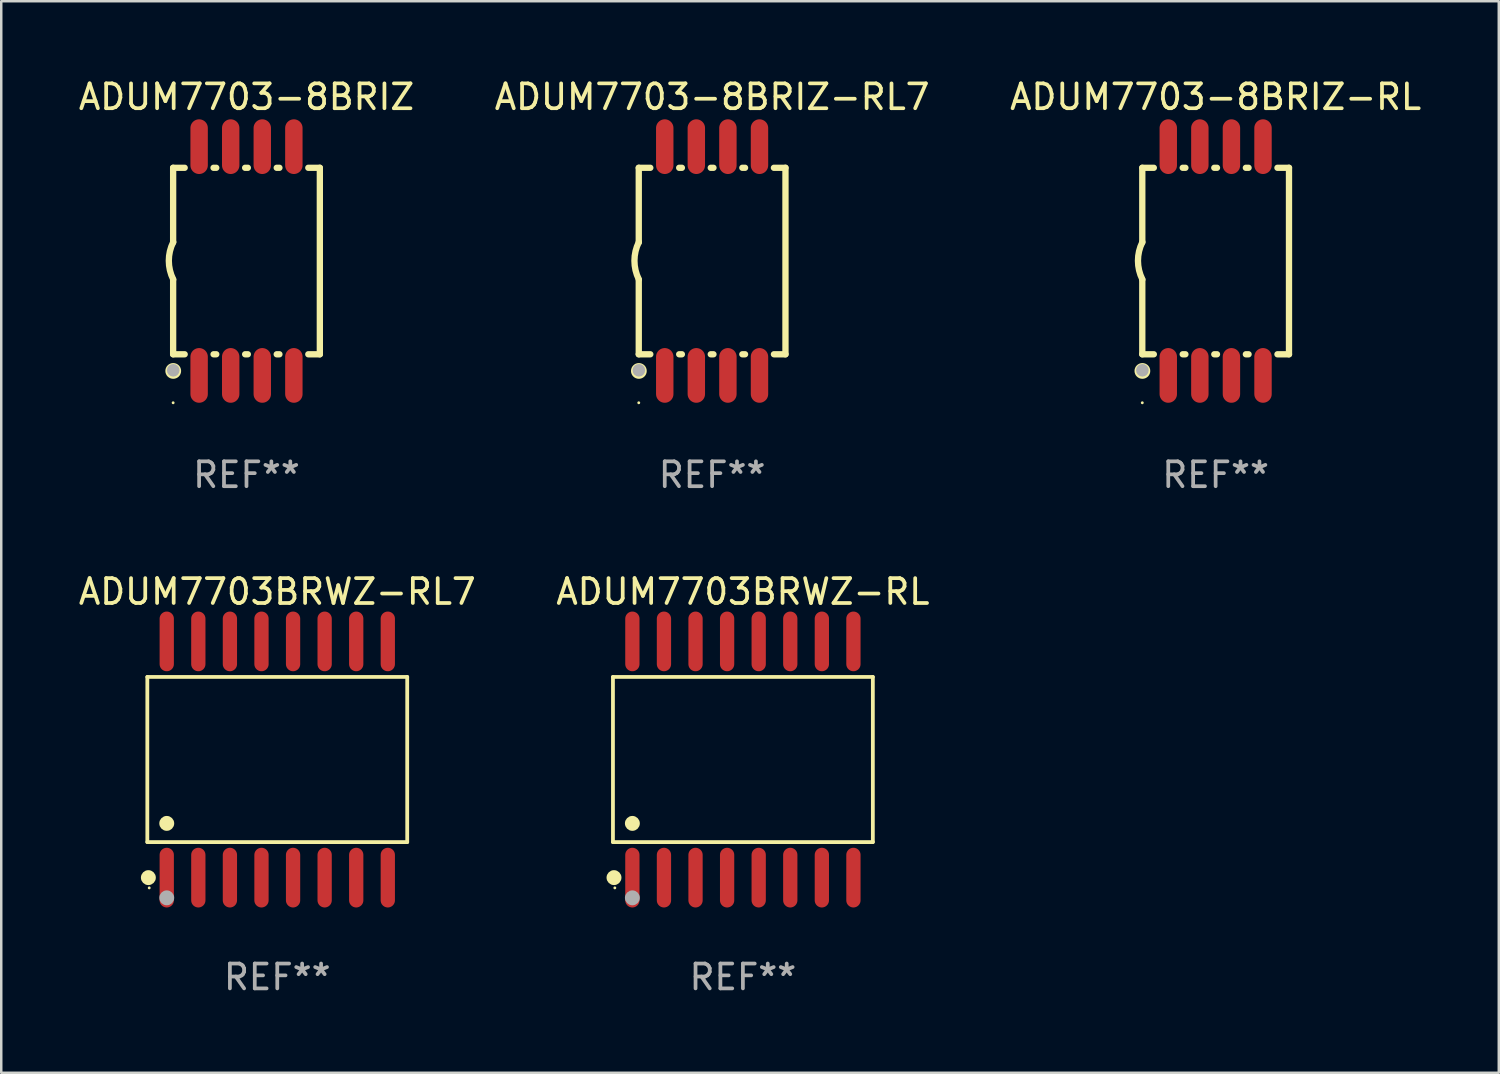
<source format=kicad_pcb>
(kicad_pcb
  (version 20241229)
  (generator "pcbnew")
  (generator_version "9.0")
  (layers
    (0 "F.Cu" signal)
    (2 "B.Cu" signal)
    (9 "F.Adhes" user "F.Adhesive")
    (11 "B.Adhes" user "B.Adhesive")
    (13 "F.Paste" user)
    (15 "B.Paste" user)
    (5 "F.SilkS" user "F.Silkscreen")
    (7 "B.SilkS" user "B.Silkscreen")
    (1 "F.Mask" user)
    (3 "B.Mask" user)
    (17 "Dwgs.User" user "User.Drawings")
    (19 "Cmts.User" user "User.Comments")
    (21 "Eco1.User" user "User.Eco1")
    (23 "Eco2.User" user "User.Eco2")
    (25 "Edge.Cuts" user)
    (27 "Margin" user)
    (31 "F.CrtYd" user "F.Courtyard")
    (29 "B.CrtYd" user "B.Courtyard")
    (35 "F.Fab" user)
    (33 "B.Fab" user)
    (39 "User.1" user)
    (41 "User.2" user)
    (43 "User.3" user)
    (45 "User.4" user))
  (footprint "ADUM7703-8BRIZ-RL7"
    (layer "F.Cu")
    (at 25.589 7.448)
    (property "Reference" "ADUM7703-8BRIZ-RL7" (at 0 -6.6 0) (layer "F.SilkS") (effects (font (size 1 1) (thickness 0.15))))
    (attr through_hole)
    (fp_line (start -2.95 -3.75) (end -2.95 -0.75) (stroke (width 0.254) (type solid)) (layer "F.SilkS"))
    (fp_line (start -2.95 -3.75) (end -2.486 -3.75) (stroke (width 0.254) (type solid)) (layer "F.SilkS"))
    (fp_line (start -2.95 3.75) (end -2.95 0.75) (stroke (width 0.254) (type solid)) (layer "F.SilkS"))
    (fp_line (start -2.95 3.75) (end -2.486 3.75) (stroke (width 0.254) (type solid)) (layer "F.SilkS"))
    (fp_line (start -1.324 3.75) (end -1.216 3.75) (stroke (width 0.254) (type solid)) (layer "F.SilkS"))
    (fp_line (start -1.324 -3.75) (end -1.216 -3.75) (stroke (width 0.254) (type solid)) (layer "F.SilkS"))
    (fp_line (start -0.054 -3.75) (end 0.054 -3.75) (stroke (width 0.254) (type solid)) (layer "F.SilkS"))
    (fp_line (start -0.054 3.75) (end 0.054 3.75) (stroke (width 0.254) (type solid)) (layer "F.SilkS"))
    (fp_line (start 1.216 3.75) (end 1.324 3.75) (stroke (width 0.254) (type solid)) (layer "F.SilkS"))
    (fp_line (start 1.216 -3.75) (end 1.324 -3.75) (stroke (width 0.254) (type solid)) (layer "F.SilkS"))
    (fp_line (start 2.486 3.75) (end 2.95 3.75) (stroke (width 0.254) (type solid)) (layer "F.SilkS"))
    (fp_line (start 2.95 -3.75) (end 2.486 -3.75) (stroke (width 0.254) (type solid)) (layer "F.SilkS"))
    (fp_line (start 2.95 -3.75) (end 2.95 3.75) (stroke (width 0.254) (type solid)) (layer "F.SilkS"))
    (fp_arc (start -2.946711 0.738583) (mid -3.123727 -0.011746) (end -2.946406 -0.762002) (stroke (width 0.254001) (type solid)) (layer "F.SilkS"))
    (fp_circle (center -2.95 5.7) (end -2.92 5.7) (stroke (width 0.06) (type solid)) (fill no) (layer "F.SilkS"))
    (fp_circle (center -2.946 4.42) (end -2.756 4.42) (stroke (width 0.254) (type solid)) (fill no) (layer "F.SilkS"))
    (fp_circle (center -2.946 4.394) (end -2.819 4.394) (stroke (width 0.254) (type solid)) (fill no) (layer "F.Fab"))
    (fp_text user "REF**" (at 0 8.6 0) (layer "F.Fab") (effects (font (size 1 1) (thickness 0.15))))
    (pad "1" smd oval (at -1.905 4.6 180) (size 0.7 2.2) (layers "F.Cu" "F.Mask" "F.Paste"))
    (pad "2" smd oval (at -0.635 4.6 180) (size 0.7 2.2) (layers "F.Cu" "F.Mask" "F.Paste"))
    (pad "3" smd oval (at 0.635 4.6 180) (size 0.7 2.2) (layers "F.Cu" "F.Mask" "F.Paste"))
    (pad "4" smd oval (at 1.905 4.6 180) (size 0.7 2.2) (layers "F.Cu" "F.Mask" "F.Paste"))
    (pad "5" smd oval (at 1.905 -4.6 180) (size 0.7 2.2) (layers "F.Cu" "F.Mask" "F.Paste"))
    (pad "6" smd oval (at 0.635 -4.6 180) (size 0.7 2.2) (layers "F.Cu" "F.Mask" "F.Paste"))
    (pad "7" smd oval (at -0.635 -4.6 180) (size 0.7 2.2) (layers "F.Cu" "F.Mask" "F.Paste"))
    (pad "8" smd oval (at -1.905 -4.6 180) (size 0.7 2.2) (layers "F.Cu" "F.Mask" "F.Paste")))
  (footprint "ADUM7703-8BRIZ-RL"
    (layer "F.Cu")
    (at 45.839 7.448)
    (property "Reference" "ADUM7703-8BRIZ-RL" (at 0 -6.6 0) (layer "F.SilkS") (effects (font (size 1 1) (thickness 0.15))))
    (attr through_hole)
    (fp_line (start -2.95 -3.75) (end -2.95 -0.75) (stroke (width 0.254) (type solid)) (layer "F.SilkS"))
    (fp_line (start -2.95 -3.75) (end -2.486 -3.75) (stroke (width 0.254) (type solid)) (layer "F.SilkS"))
    (fp_line (start -2.95 3.75) (end -2.95 0.75) (stroke (width 0.254) (type solid)) (layer "F.SilkS"))
    (fp_line (start -2.95 3.75) (end -2.486 3.75) (stroke (width 0.254) (type solid)) (layer "F.SilkS"))
    (fp_line (start -1.324 3.75) (end -1.216 3.75) (stroke (width 0.254) (type solid)) (layer "F.SilkS"))
    (fp_line (start -1.324 -3.75) (end -1.216 -3.75) (stroke (width 0.254) (type solid)) (layer "F.SilkS"))
    (fp_line (start -0.054 -3.75) (end 0.054 -3.75) (stroke (width 0.254) (type solid)) (layer "F.SilkS"))
    (fp_line (start -0.054 3.75) (end 0.054 3.75) (stroke (width 0.254) (type solid)) (layer "F.SilkS"))
    (fp_line (start 1.216 3.75) (end 1.324 3.75) (stroke (width 0.254) (type solid)) (layer "F.SilkS"))
    (fp_line (start 1.216 -3.75) (end 1.324 -3.75) (stroke (width 0.254) (type solid)) (layer "F.SilkS"))
    (fp_line (start 2.486 3.75) (end 2.95 3.75) (stroke (width 0.254) (type solid)) (layer "F.SilkS"))
    (fp_line (start 2.95 -3.75) (end 2.486 -3.75) (stroke (width 0.254) (type solid)) (layer "F.SilkS"))
    (fp_line (start 2.95 -3.75) (end 2.95 3.75) (stroke (width 0.254) (type solid)) (layer "F.SilkS"))
    (fp_arc (start -2.946711 0.738583) (mid -3.123727 -0.011746) (end -2.946406 -0.762002) (stroke (width 0.254001) (type solid)) (layer "F.SilkS"))
    (fp_circle (center -2.95 5.7) (end -2.92 5.7) (stroke (width 0.06) (type solid)) (fill no) (layer "F.SilkS"))
    (fp_circle (center -2.946 4.42) (end -2.756 4.42) (stroke (width 0.254) (type solid)) (fill no) (layer "F.SilkS"))
    (fp_circle (center -2.946 4.394) (end -2.819 4.394) (stroke (width 0.254) (type solid)) (fill no) (layer "F.Fab"))
    (fp_text user "REF**" (at 0 8.6 0) (layer "F.Fab") (effects (font (size 1 1) (thickness 0.15))))
    (pad "1" smd oval (at -1.905 4.6 180) (size 0.7 2.2) (layers "F.Cu" "F.Mask" "F.Paste"))
    (pad "2" smd oval (at -0.635 4.6 180) (size 0.7 2.2) (layers "F.Cu" "F.Mask" "F.Paste"))
    (pad "3" smd oval (at 0.635 4.6 180) (size 0.7 2.2) (layers "F.Cu" "F.Mask" "F.Paste"))
    (pad "4" smd oval (at 1.905 4.6 180) (size 0.7 2.2) (layers "F.Cu" "F.Mask" "F.Paste"))
    (pad "5" smd oval (at 1.905 -4.6 180) (size 0.7 2.2) (layers "F.Cu" "F.Mask" "F.Paste"))
    (pad "6" smd oval (at 0.635 -4.6 180) (size 0.7 2.2) (layers "F.Cu" "F.Mask" "F.Paste"))
    (pad "7" smd oval (at -0.635 -4.6 180) (size 0.7 2.2) (layers "F.Cu" "F.Mask" "F.Paste"))
    (pad "8" smd oval (at -1.905 -4.6 180) (size 0.7 2.2) (layers "F.Cu" "F.Mask" "F.Paste")))
  (footprint "ADUM7703BRWZ-RL7"
    (layer "F.Cu")
    (at 8.101 27.495)
    (property "Reference" "ADUM7703BRWZ-RL7" (at 0 -6.75 0) (layer "F.SilkS") (effects (font (size 1 1) (thickness 0.15))))
    (attr through_hole)
    (fp_line (start -5.226 -3.321) (end 5.226 -3.321) (stroke (width 0.152) (type solid)) (layer "F.SilkS"))
    (fp_line (start -5.226 3.321) (end -5.226 -3.321) (stroke (width 0.152) (type solid)) (layer "F.SilkS"))
    (fp_line (start 5.226 -3.321) (end 5.226 3.321) (stroke (width 0.152) (type solid)) (layer "F.SilkS"))
    (fp_line (start 5.226 3.321) (end -5.226 3.321) (stroke (width 0.152) (type solid)) (layer "F.SilkS"))
    (fp_circle (center -5.184 4.75) (end -5.034 4.75) (stroke (width 0.3) (type solid)) (fill no) (layer "F.SilkS"))
    (fp_circle (center -5.15 5.163) (end -5.12 5.163) (stroke (width 0.06) (type solid)) (fill no) (layer "F.SilkS"))
    (fp_circle (center -4.445 2.569) (end -4.295 2.569) (stroke (width 0.3) (type solid)) (fill no) (layer "F.SilkS"))
    (fp_circle (center -4.445 5.563) (end -4.295 5.563) (stroke (width 0.3) (type solid)) (fill no) (layer "F.Fab"))
    (fp_text user "REF**" (at 0 8.75 0) (layer "F.Fab") (effects (font (size 1 1) (thickness 0.15))))
    (pad "1" smd oval (at -4.445 4.75) (size 0.574 2.401) (layers "F.Cu" "F.Mask" "F.Paste"))
    (pad "2" smd oval (at -3.175 4.75) (size 0.574 2.401) (layers "F.Cu" "F.Mask" "F.Paste"))
    (pad "3" smd oval (at -1.905 4.75) (size 0.574 2.401) (layers "F.Cu" "F.Mask" "F.Paste"))
    (pad "4" smd oval (at -0.635 4.75) (size 0.574 2.401) (layers "F.Cu" "F.Mask" "F.Paste"))
    (pad "5" smd oval (at 0.635 4.75) (size 0.574 2.401) (layers "F.Cu" "F.Mask" "F.Paste"))
    (pad "6" smd oval (at 1.905 4.75) (size 0.574 2.401) (layers "F.Cu" "F.Mask" "F.Paste"))
    (pad "7" smd oval (at 3.175 4.75) (size 0.574 2.401) (layers "F.Cu" "F.Mask" "F.Paste"))
    (pad "8" smd oval (at 4.445 4.75) (size 0.574 2.401) (layers "F.Cu" "F.Mask" "F.Paste"))
    (pad "9" smd oval (at 4.445 -4.75) (size 0.574 2.401) (layers "F.Cu" "F.Mask" "F.Paste"))
    (pad "10" smd oval (at 3.175 -4.75) (size 0.574 2.401) (layers "F.Cu" "F.Mask" "F.Paste"))
    (pad "11" smd oval (at 1.905 -4.75) (size 0.574 2.401) (layers "F.Cu" "F.Mask" "F.Paste"))
    (pad "12" smd oval (at 0.635 -4.75) (size 0.574 2.401) (layers "F.Cu" "F.Mask" "F.Paste"))
    (pad "13" smd oval (at -0.635 -4.75) (size 0.574 2.401) (layers "F.Cu" "F.Mask" "F.Paste"))
    (pad "14" smd oval (at -1.905 -4.75) (size 0.574 2.401) (layers "F.Cu" "F.Mask" "F.Paste"))
    (pad "15" smd oval (at -3.175 -4.75) (size 0.574 2.401) (layers "F.Cu" "F.Mask" "F.Paste"))
    (pad "16" smd oval (at -4.445 -4.75) (size 0.574 2.401) (layers "F.Cu" "F.Mask" "F.Paste")))
  (footprint "ADUM7703BRWZ-RL"
    (layer "F.Cu")
    (at 26.827 27.495)
    (property "Reference" "ADUM7703BRWZ-RL" (at 0 -6.75 0) (layer "F.SilkS") (effects (font (size 1 1) (thickness 0.15))))
    (attr through_hole)
    (fp_line (start -5.226 -3.321) (end 5.226 -3.321) (stroke (width 0.152) (type solid)) (layer "F.SilkS"))
    (fp_line (start -5.226 3.321) (end -5.226 -3.321) (stroke (width 0.152) (type solid)) (layer "F.SilkS"))
    (fp_line (start 5.226 -3.321) (end 5.226 3.321) (stroke (width 0.152) (type solid)) (layer "F.SilkS"))
    (fp_line (start 5.226 3.321) (end -5.226 3.321) (stroke (width 0.152) (type solid)) (layer "F.SilkS"))
    (fp_circle (center -5.184 4.75) (end -5.034 4.75) (stroke (width 0.3) (type solid)) (fill no) (layer "F.SilkS"))
    (fp_circle (center -5.15 5.163) (end -5.12 5.163) (stroke (width 0.06) (type solid)) (fill no) (layer "F.SilkS"))
    (fp_circle (center -4.445 2.569) (end -4.295 2.569) (stroke (width 0.3) (type solid)) (fill no) (layer "F.SilkS"))
    (fp_circle (center -4.445 5.563) (end -4.295 5.563) (stroke (width 0.3) (type solid)) (fill no) (layer "F.Fab"))
    (fp_text user "REF**" (at 0 8.75 0) (layer "F.Fab") (effects (font (size 1 1) (thickness 0.15))))
    (pad "1" smd oval (at -4.445 4.75) (size 0.574 2.401) (layers "F.Cu" "F.Mask" "F.Paste"))
    (pad "2" smd oval (at -3.175 4.75) (size 0.574 2.401) (layers "F.Cu" "F.Mask" "F.Paste"))
    (pad "3" smd oval (at -1.905 4.75) (size 0.574 2.401) (layers "F.Cu" "F.Mask" "F.Paste"))
    (pad "4" smd oval (at -0.635 4.75) (size 0.574 2.401) (layers "F.Cu" "F.Mask" "F.Paste"))
    (pad "5" smd oval (at 0.635 4.75) (size 0.574 2.401) (layers "F.Cu" "F.Mask" "F.Paste"))
    (pad "6" smd oval (at 1.905 4.75) (size 0.574 2.401) (layers "F.Cu" "F.Mask" "F.Paste"))
    (pad "7" smd oval (at 3.175 4.75) (size 0.574 2.401) (layers "F.Cu" "F.Mask" "F.Paste"))
    (pad "8" smd oval (at 4.445 4.75) (size 0.574 2.401) (layers "F.Cu" "F.Mask" "F.Paste"))
    (pad "9" smd oval (at 4.445 -4.75) (size 0.574 2.401) (layers "F.Cu" "F.Mask" "F.Paste"))
    (pad "10" smd oval (at 3.175 -4.75) (size 0.574 2.401) (layers "F.Cu" "F.Mask" "F.Paste"))
    (pad "11" smd oval (at 1.905 -4.75) (size 0.574 2.401) (layers "F.Cu" "F.Mask" "F.Paste"))
    (pad "12" smd oval (at 0.635 -4.75) (size 0.574 2.401) (layers "F.Cu" "F.Mask" "F.Paste"))
    (pad "13" smd oval (at -0.635 -4.75) (size 0.574 2.401) (layers "F.Cu" "F.Mask" "F.Paste"))
    (pad "14" smd oval (at -1.905 -4.75) (size 0.574 2.401) (layers "F.Cu" "F.Mask" "F.Paste"))
    (pad "15" smd oval (at -3.175 -4.75) (size 0.574 2.401) (layers "F.Cu" "F.Mask" "F.Paste"))
    (pad "16" smd oval (at -4.445 -4.75) (size 0.574 2.401) (layers "F.Cu" "F.Mask" "F.Paste")))
  (footprint "ADUM7703-8BRIZ"
    (layer "F.Cu")
    (at 6.863 7.448)
    (property "Reference" "ADUM7703-8BRIZ" (at 0 -6.6 0) (layer "F.SilkS") (effects (font (size 1 1) (thickness 0.15))))
    (attr through_hole)
    (fp_line (start -2.95 -3.75) (end -2.95 -0.75) (stroke (width 0.254) (type solid)) (layer "F.SilkS"))
    (fp_line (start -2.95 -3.75) (end -2.486 -3.75) (stroke (width 0.254) (type solid)) (layer "F.SilkS"))
    (fp_line (start -2.95 3.75) (end -2.95 0.75) (stroke (width 0.254) (type solid)) (layer "F.SilkS"))
    (fp_line (start -2.95 3.75) (end -2.486 3.75) (stroke (width 0.254) (type solid)) (layer "F.SilkS"))
    (fp_line (start -1.324 3.75) (end -1.216 3.75) (stroke (width 0.254) (type solid)) (layer "F.SilkS"))
    (fp_line (start -1.324 -3.75) (end -1.216 -3.75) (stroke (width 0.254) (type solid)) (layer "F.SilkS"))
    (fp_line (start -0.054 -3.75) (end 0.054 -3.75) (stroke (width 0.254) (type solid)) (layer "F.SilkS"))
    (fp_line (start -0.054 3.75) (end 0.054 3.75) (stroke (width 0.254) (type solid)) (layer "F.SilkS"))
    (fp_line (start 1.216 3.75) (end 1.324 3.75) (stroke (width 0.254) (type solid)) (layer "F.SilkS"))
    (fp_line (start 1.216 -3.75) (end 1.324 -3.75) (stroke (width 0.254) (type solid)) (layer "F.SilkS"))
    (fp_line (start 2.486 3.75) (end 2.95 3.75) (stroke (width 0.254) (type solid)) (layer "F.SilkS"))
    (fp_line (start 2.95 -3.75) (end 2.486 -3.75) (stroke (width 0.254) (type solid)) (layer "F.SilkS"))
    (fp_line (start 2.95 -3.75) (end 2.95 3.75) (stroke (width 0.254) (type solid)) (layer "F.SilkS"))
    (fp_arc (start -2.946711 0.738583) (mid -3.123727 -0.011746) (end -2.946406 -0.762002) (stroke (width 0.254001) (type solid)) (layer "F.SilkS"))
    (fp_circle (center -2.95 5.7) (end -2.92 5.7) (stroke (width 0.06) (type solid)) (fill no) (layer "F.SilkS"))
    (fp_circle (center -2.946 4.42) (end -2.756 4.42) (stroke (width 0.254) (type solid)) (fill no) (layer "F.SilkS"))
    (fp_circle (center -2.946 4.394) (end -2.819 4.394) (stroke (width 0.254) (type solid)) (fill no) (layer "F.Fab"))
    (fp_text user "REF**" (at 0 8.6 0) (layer "F.Fab") (effects (font (size 1 1) (thickness 0.15))))
    (pad "1" smd oval (at -1.905 4.6 180) (size 0.7 2.2) (layers "F.Cu" "F.Mask" "F.Paste"))
    (pad "2" smd oval (at -0.635 4.6 180) (size 0.7 2.2) (layers "F.Cu" "F.Mask" "F.Paste"))
    (pad "3" smd oval (at 0.635 4.6 180) (size 0.7 2.2) (layers "F.Cu" "F.Mask" "F.Paste"))
    (pad "4" smd oval (at 1.905 4.6 180) (size 0.7 2.2) (layers "F.Cu" "F.Mask" "F.Paste"))
    (pad "5" smd oval (at 1.905 -4.6 180) (size 0.7 2.2) (layers "F.Cu" "F.Mask" "F.Paste"))
    (pad "6" smd oval (at 0.635 -4.6 180) (size 0.7 2.2) (layers "F.Cu" "F.Mask" "F.Paste"))
    (pad "7" smd oval (at -0.635 -4.6 180) (size 0.7 2.2) (layers "F.Cu" "F.Mask" "F.Paste"))
    (pad "8" smd oval (at -1.905 -4.6 180) (size 0.7 2.2) (layers "F.Cu" "F.Mask" "F.Paste")))
  (gr_rect
    (start -3 -3)
    (end 57.226 40.094)
    (stroke (width 0.1) (type default))
    (fill no)
    (layer "Edge.Cuts")))
</source>
